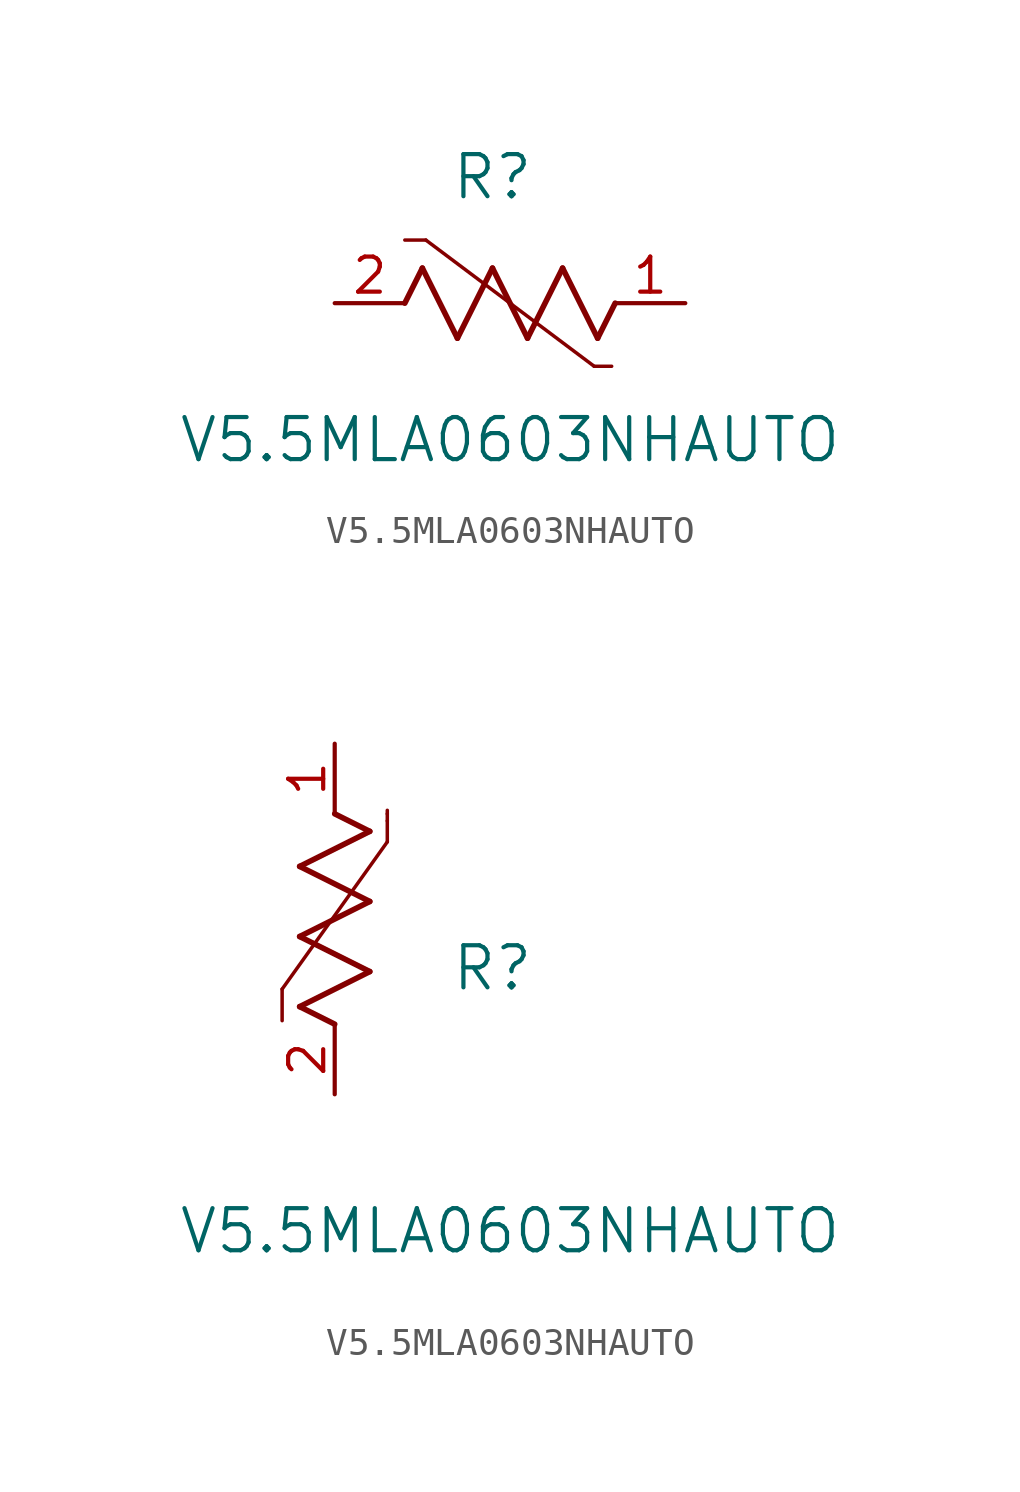
<source format=kicad_sym>
(kicad_symbol_lib
  (version 20211014)
  (generator kicad_symbol_editor)
  (symbol "V5.5MLA0603NHAUTO"
    (pin_names
      (offset 0.254))
    (property "Reference" "R"
      (at 5.715 4.572 0)
      (effects (font (size 1.524 1.524))))
    (property "Value" "V5.5MLA0603NHAUTO"
      (at 6.35 -4.953 0)
      (effects (font (size 1.524 1.524))))
    (symbol "V5.5MLA0603NHAUTO_1_1"
      (polyline (pts (xy 3.175 1.27) (xy 4.445 -1.27)) (stroke (width 0.203) (type default) (color 0 0 0 0)) (fill (type none)))
      (polyline (pts (xy 4.445 -1.27) (xy 5.715 1.27)) (stroke (width 0.203) (type default) (color 0 0 0 0)) (fill (type none)))
      (polyline (pts (xy 5.715 1.27) (xy 6.985 -1.27)) (stroke (width 0.203) (type default) (color 0 0 0 0)) (fill (type none)))
      (polyline (pts (xy 6.985 -1.27) (xy 8.255 1.27)) (stroke (width 0.203) (type default) (color 0 0 0 0)) (fill (type none)))
      (polyline (pts (xy 8.255 1.27) (xy 9.525 -1.27)) (stroke (width 0.203) (type default) (color 0 0 0 0)) (fill (type none)))
      (polyline (pts (xy 2.54 0) (xy 3.175 1.27)) (stroke (width 0.203) (type default) (color 0 0 0 0)) (fill (type none)))
      (polyline (pts (xy 9.525 -1.27) (xy 10.16 0)) (stroke (width 0.203) (type default) (color 0 0 0 0)) (fill (type none)))
      (polyline (pts (xy 3.302 2.286) (xy 2.54 2.286)) (stroke (width 0.127) (type default) (color 0 0 0 0)) (fill (type none)))
      (polyline (pts (xy 3.302 2.286) (xy 9.398 -2.286)) (stroke (width 0.127) (type default) (color 0 0 0 0)) (fill (type none)))
      (polyline (pts (xy 9.398 -2.286) (xy 10.033 -2.286)) (stroke (width 0.127) (type default) (color 0 0 0 0)) (fill (type none)))
      (pin unspecified line (at 0 0 0) (length 2.54) (name "" (effects (font (size 1.27 1.27)))) (number "2" (effects (font (size 1.27 1.27)))))
      (pin unspecified line (at 12.7 0 180) (length 2.54) (name "" (effects (font (size 1.27 1.27)))) (number "1" (effects (font (size 1.27 1.27))))))
    (symbol "V5.5MLA0603NHAUTO_1_2"
      (polyline (pts (xy 0 2.54) (xy -1.27 3.175)) (stroke (width 0.203) (type default) (color 0 0 0 0)) (fill (type none)))
      (polyline (pts (xy -1.27 3.175) (xy 1.27 4.445)) (stroke (width 0.203) (type default) (color 0 0 0 0)) (fill (type none)))
      (polyline (pts (xy 1.27 4.445) (xy -1.27 5.715)) (stroke (width 0.203) (type default) (color 0 0 0 0)) (fill (type none)))
      (polyline (pts (xy -1.27 5.715) (xy 1.27 6.985)) (stroke (width 0.203) (type default) (color 0 0 0 0)) (fill (type none)))
      (polyline (pts (xy -1.27 8.255) (xy 1.27 9.525)) (stroke (width 0.203) (type default) (color 0 0 0 0)) (fill (type none)))
      (polyline (pts (xy 1.27 9.525) (xy 0 10.16)) (stroke (width 0.203) (type default) (color 0 0 0 0)) (fill (type none)))
      (polyline (pts (xy 1.27 6.985) (xy -1.27 8.255)) (stroke (width 0.203) (type default) (color 0 0 0 0)) (fill (type none)))
      (polyline (pts (xy 1.905 9.906) (xy 1.905 10.16)) (stroke (width 0.127) (type default) (color 0 0 0 0)) (fill (type none)))
      (polyline (pts (xy 1.905 10.16) (xy 1.905 10.287)) (stroke (width 0.127) (type default) (color 0 0 0 0)) (fill (type none)))
      (polyline (pts (xy 1.905 9.906) (xy 1.905 9.144)) (stroke (width 0.127) (type default) (color 0 0 0 0)) (fill (type none)))
      (polyline (pts (xy 1.905 9.144) (xy -1.905 3.81)) (stroke (width 0.127) (type default) (color 0 0 0 0)) (fill (type none)))
      (polyline (pts (xy -1.905 3.81) (xy -1.905 2.667)) (stroke (width 0.127) (type default) (color 0 0 0 0)) (fill (type none)))
      (pin unspecified line (at 0 0 90) (length 2.54) (name "" (effects (font (size 1.27 1.27)))) (number "2" (effects (font (size 1.27 1.27)))))
      (pin unspecified line (at 0 12.7 270) (length 2.54) (name "" (effects (font (size 1.27 1.27)))) (number "1" (effects (font (size 1.27 1.27))))))))
</source>
